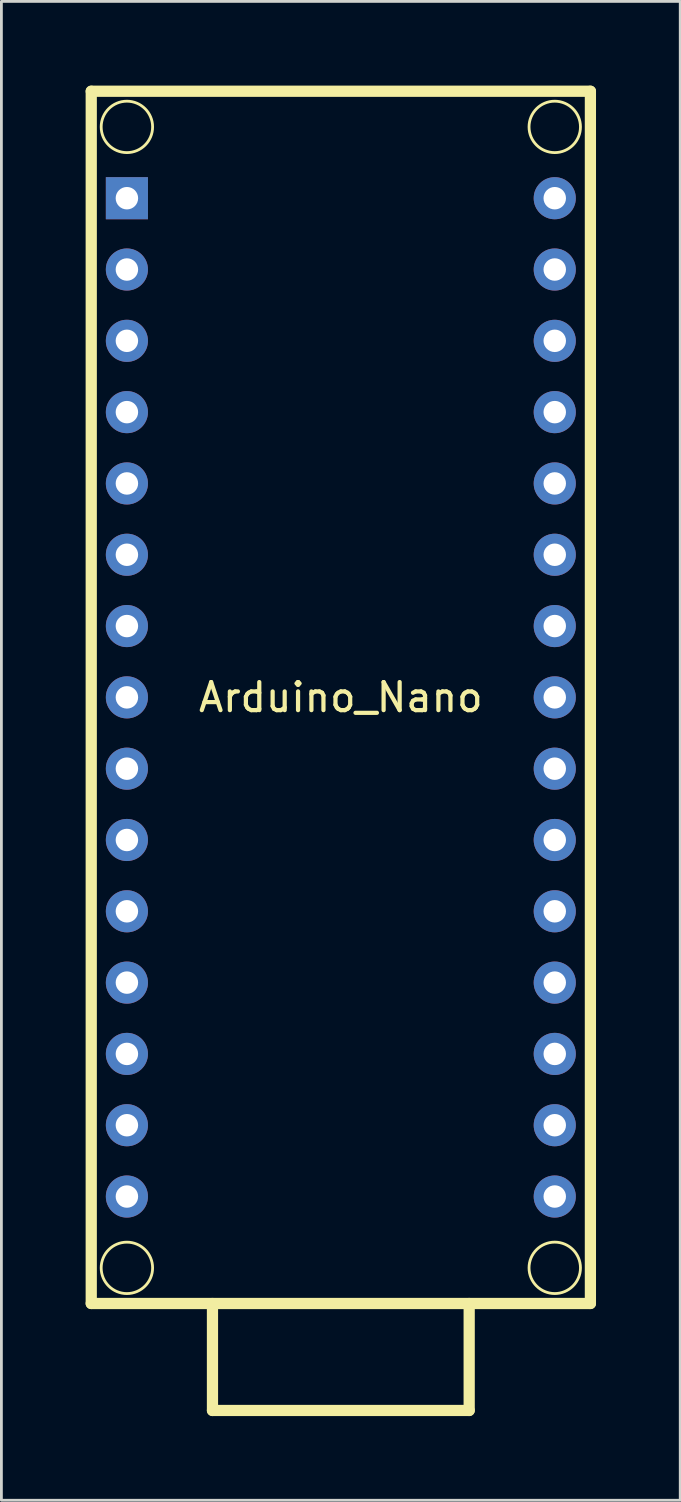
<source format=kicad_pcb>
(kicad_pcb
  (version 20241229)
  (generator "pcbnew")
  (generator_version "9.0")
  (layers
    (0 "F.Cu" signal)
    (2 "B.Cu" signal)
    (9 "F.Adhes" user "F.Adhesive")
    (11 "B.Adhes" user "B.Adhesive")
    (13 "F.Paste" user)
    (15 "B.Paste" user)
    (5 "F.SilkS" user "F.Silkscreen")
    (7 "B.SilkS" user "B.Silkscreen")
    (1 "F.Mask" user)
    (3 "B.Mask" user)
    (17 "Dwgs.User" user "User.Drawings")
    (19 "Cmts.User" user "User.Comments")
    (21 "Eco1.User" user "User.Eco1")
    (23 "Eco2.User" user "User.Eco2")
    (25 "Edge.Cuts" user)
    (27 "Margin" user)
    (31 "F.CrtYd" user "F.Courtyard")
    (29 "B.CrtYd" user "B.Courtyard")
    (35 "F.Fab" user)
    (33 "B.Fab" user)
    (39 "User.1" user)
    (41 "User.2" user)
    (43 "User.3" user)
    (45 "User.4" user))
  (footprint "Arduino_Nano"
    (placed yes)
    (layer "F.Cu")
    (at 9.09 19.25)
    (property "Reference" "Arduino_Nano" (at 0 2.54 0) (layer "F.SilkS") (effects (font (size 1 1) (thickness 0.15))))
    (attr through_hole)
    (fp_line (start -8.89 -19.05) (end 8.89 -19.05) (stroke (width 0.4) (type solid)) (layer "F.SilkS"))
    (fp_line (start -8.89 24.13) (end -8.89 -19.05) (stroke (width 0.4) (type solid)) (layer "F.SilkS"))
    (fp_line (start -4.572 24.13) (end -4.572 27.94) (stroke (width 0.4) (type solid)) (layer "F.SilkS"))
    (fp_line (start -4.572 27.94) (end 4.572 27.94) (stroke (width 0.4) (type solid)) (layer "F.SilkS"))
    (fp_line (start 4.572 27.94) (end 4.572 24.13) (stroke (width 0.4) (type solid)) (layer "F.SilkS"))
    (fp_line (start 8.89 -19.05) (end 8.89 24.13) (stroke (width 0.4) (type solid)) (layer "F.SilkS"))
    (fp_line (start 8.89 24.13) (end -8.89 24.13) (stroke (width 0.4) (type solid)) (layer "F.SilkS"))
    (fp_circle (center -7.62 -17.78) (end -6.858 -17.272) (stroke (width 0.1) (type solid)) (fill no) (layer "F.SilkS"))
    (fp_circle (center -7.62 22.861) (end -6.858 23.369) (stroke (width 0.1) (type solid)) (fill no) (layer "F.SilkS"))
    (fp_circle (center 7.62 -17.78) (end 8.382 -17.272) (stroke (width 0.1) (type solid)) (fill no) (layer "F.SilkS"))
    (fp_circle (center 7.62 22.86) (end 8.382 23.368) (stroke (width 0.1) (type solid)) (fill no) (layer "F.SilkS"))
    (pad "1" thru_hole rect (at -7.62 -15.24) (size 1.5 1.5) (drill 0.8) (layers "*.Cu" "*.Mask"))
    (pad "2" thru_hole circle (at -7.62 -12.7) (size 1.5 1.5) (drill 0.8) (layers "*.Cu" "*.Mask"))
    (pad "3" thru_hole circle (at -7.62 -10.16) (size 1.5 1.5) (drill 0.8) (layers "*.Cu" "*.Mask"))
    (pad "4" thru_hole circle (at -7.62 -7.62) (size 1.5 1.5) (drill 0.8) (layers "*.Cu" "*.Mask"))
    (pad "5" thru_hole circle (at -7.62 -5.08) (size 1.5 1.5) (drill 0.8) (layers "*.Cu" "*.Mask"))
    (pad "6" thru_hole circle (at -7.62 -2.54) (size 1.5 1.5) (drill 0.8) (layers "*.Cu" "*.Mask"))
    (pad "7" thru_hole circle (at -7.62 0) (size 1.5 1.5) (drill 0.8) (layers "*.Cu" "*.Mask"))
    (pad "8" thru_hole circle (at -7.62 2.54) (size 1.5 1.5) (drill 0.8) (layers "*.Cu" "*.Mask"))
    (pad "9" thru_hole circle (at -7.62 5.08) (size 1.5 1.5) (drill 0.8) (layers "*.Cu" "*.Mask"))
    (pad "10" thru_hole circle (at -7.62 7.62) (size 1.5 1.5) (drill 0.8) (layers "*.Cu" "*.Mask"))
    (pad "11" thru_hole circle (at -7.62 10.16) (size 1.5 1.5) (drill 0.8) (layers "*.Cu" "*.Mask"))
    (pad "12" thru_hole circle (at -7.62 12.7) (size 1.5 1.5) (drill 0.8) (layers "*.Cu" "*.Mask"))
    (pad "13" thru_hole circle (at -7.62 15.24) (size 1.5 1.5) (drill 0.8) (layers "*.Cu" "*.Mask"))
    (pad "14" thru_hole circle (at -7.62 17.78) (size 1.5 1.5) (drill 0.8) (layers "*.Cu" "*.Mask"))
    (pad "15" thru_hole circle (at -7.62 20.32) (size 1.5 1.5) (drill 0.8) (layers "*.Cu" "*.Mask"))
    (pad "16" thru_hole circle (at 7.62 20.32) (size 1.5 1.5) (drill 0.8) (layers "*.Cu" "*.Mask"))
    (pad "17" thru_hole circle (at 7.62 17.78) (size 1.5 1.5) (drill 0.8) (layers "*.Cu" "*.Mask"))
    (pad "18" thru_hole circle (at 7.62 15.24) (size 1.5 1.5) (drill 0.8) (layers "*.Cu" "*.Mask"))
    (pad "19" thru_hole circle (at 7.62 12.7) (size 1.5 1.5) (drill 0.8) (layers "*.Cu" "*.Mask"))
    (pad "20" thru_hole circle (at 7.62 10.16) (size 1.5 1.5) (drill 0.8) (layers "*.Cu" "*.Mask"))
    (pad "21" thru_hole circle (at 7.62 7.62) (size 1.5 1.5) (drill 0.8) (layers "*.Cu" "*.Mask"))
    (pad "22" thru_hole circle (at 7.62 5.08) (size 1.5 1.5) (drill 0.8) (layers "*.Cu" "*.Mask"))
    (pad "23" thru_hole circle (at 7.62 2.54) (size 1.5 1.5) (drill 0.8) (layers "*.Cu" "*.Mask"))
    (pad "24" thru_hole circle (at 7.62 0) (size 1.5 1.5) (drill 0.8) (layers "*.Cu" "*.Mask"))
    (pad "25" thru_hole circle (at 7.62 -2.54) (size 1.5 1.5) (drill 0.8) (layers "*.Cu" "*.Mask"))
    (pad "26" thru_hole circle (at 7.62 -5.08) (size 1.5 1.5) (drill 0.8) (layers "*.Cu" "*.Mask"))
    (pad "27" thru_hole circle (at 7.62 -7.62) (size 1.5 1.5) (drill 0.8) (layers "*.Cu" "*.Mask"))
    (pad "28" thru_hole circle (at 7.62 -10.16) (size 1.5 1.5) (drill 0.8) (layers "*.Cu" "*.Mask"))
    (pad "29" thru_hole circle (at 7.62 -12.7) (size 1.5 1.5) (drill 0.8) (layers "*.Cu" "*.Mask"))
    (pad "30" thru_hole circle (at 7.62 -15.24) (size 1.5 1.5) (drill 0.8) (layers "*.Cu" "*.Mask")))
  (gr_rect
    (start -3 -3)
    (end 21.18 50.39)
    (stroke (width 0.1) (type default))
    (fill no)
    (layer "Edge.Cuts")))
</source>
